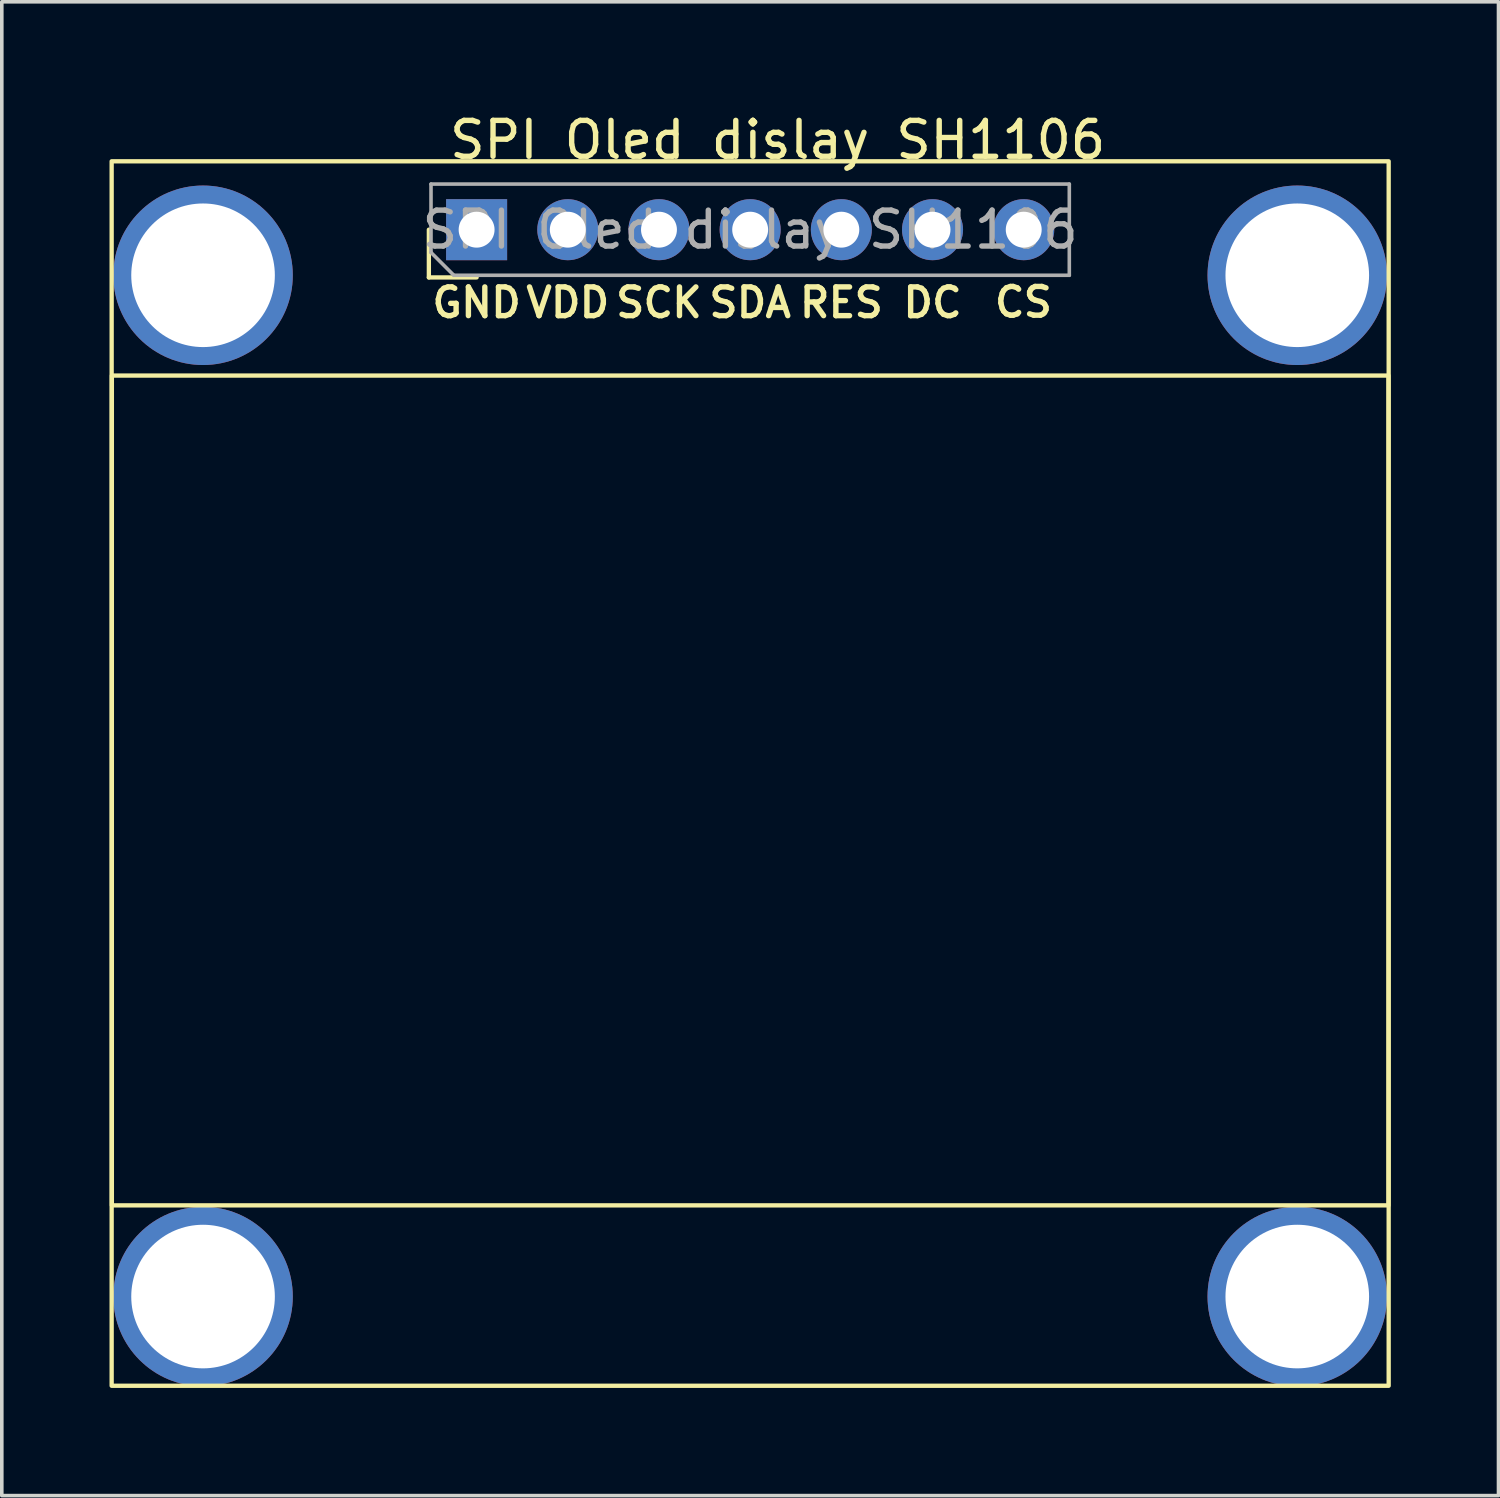
<source format=kicad_pcb>
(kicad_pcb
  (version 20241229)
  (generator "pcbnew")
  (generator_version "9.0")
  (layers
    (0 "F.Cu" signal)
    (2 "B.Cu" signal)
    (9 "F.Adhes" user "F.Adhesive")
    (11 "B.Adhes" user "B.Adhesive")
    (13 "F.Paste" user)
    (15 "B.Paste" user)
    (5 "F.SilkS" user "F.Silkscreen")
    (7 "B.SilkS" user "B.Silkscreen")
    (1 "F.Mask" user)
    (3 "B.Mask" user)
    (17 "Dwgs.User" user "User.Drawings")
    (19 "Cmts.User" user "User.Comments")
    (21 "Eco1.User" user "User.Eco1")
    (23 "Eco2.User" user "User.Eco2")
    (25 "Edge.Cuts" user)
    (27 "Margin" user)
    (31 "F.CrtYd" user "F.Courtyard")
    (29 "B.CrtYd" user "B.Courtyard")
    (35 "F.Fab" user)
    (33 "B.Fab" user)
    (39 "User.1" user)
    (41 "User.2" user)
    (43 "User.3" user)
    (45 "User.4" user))
  (footprint "SPI Oled dislay SH1106"
    (layer "F.Cu")
    (at 10.226 3.348)
    (property "Reference" "SPI Oled dislay SH1106" (at 8.386 -2.5 0) (unlocked yes) (layer "F.SilkS") (effects (font (size 1 1) (thickness 0.15))))
    (attr through_hole)
    (fp_line (start -1.33 1.33) (end -1.33 0) (stroke (width 0.12) (type solid)) (layer "F.SilkS"))
    (fp_line (start 0 1.33) (end -1.33 1.33) (stroke (width 0.12) (type solid)) (layer "F.SilkS"))
    (fp_rect (start -10.166 -1.905) (end 25.406 32.203) (stroke (width 0.12) (type solid)) (fill no) (layer "F.SilkS"))
    (fp_rect (start -10.16 4.064) (end 25.4 27.178) (stroke (width 0.12) (type solid)) (fill no) (layer "F.SilkS"))
    (fp_rect (start 0.286 0) (end 0.286 0) (stroke (width 0.12) (type solid)) (fill no) (layer "F.SilkS"))
    (fp_rect (start 0.286 0) (end 0.286 0) (stroke (width 0.05) (type solid)) (fill no) (layer "F.CrtYd"))
    (fp_line (start -1.27 -1.27) (end 16.51 -1.27) (stroke (width 0.1) (type solid)) (layer "F.Fab"))
    (fp_line (start -1.27 0.635) (end -1.27 -1.27) (stroke (width 0.1) (type solid)) (layer "F.Fab"))
    (fp_line (start -0.635 1.27) (end -1.27 0.635) (stroke (width 0.1) (type solid)) (layer "F.Fab"))
    (fp_line (start 16.51 -1.27) (end 16.51 1.27) (stroke (width 0.1) (type solid)) (layer "F.Fab"))
    (fp_line (start 16.51 1.27) (end -0.635 1.27) (stroke (width 0.1) (type solid)) (layer "F.Fab"))
    (fp_text user "SCK" (at 5.08 2.032 0) (unlocked yes) (layer "F.SilkS") (effects (font (size 0.8 0.8) (thickness 0.15))))
    (fp_text user "CS" (at 15.232 2.019 0) (unlocked yes) (layer "F.SilkS") (effects (font (size 0.8 0.8) (thickness 0.15))))
    (fp_text user "VDD" (at 2.54 2.032 0) (unlocked yes) (layer "F.SilkS") (effects (font (size 0.8 0.8) (thickness 0.15))))
    (fp_text user "GND" (at 0 2.032 0) (unlocked yes) (layer "F.SilkS") (effects (font (size 0.8 0.8) (thickness 0.15))))
    (fp_text user "RES" (at 10.16 2.032 0) (unlocked yes) (layer "F.SilkS") (effects (font (size 0.8 0.8) (thickness 0.15))))
    (fp_text user "SDA" (at 7.62 2.032 0) (unlocked yes) (layer "F.SilkS") (effects (font (size 0.8 0.8) (thickness 0.15))))
    (fp_text user "DC" (at 12.7 2.032 0) (unlocked yes) (layer "F.SilkS") (effects (font (size 0.8 0.8) (thickness 0.15))))
    (fp_text user "${REFERENCE}" (at 7.62 0 180) (layer "F.Fab") (effects (font (size 1 1) (thickness 0.15))))
    (pad "" thru_hole circle (at -7.62 1.27) (size 5 5) (drill 4) (layers "*.Cu" "*.Mask"))
    (pad "" thru_hole circle (at -7.62 29.718) (size 5 5) (drill 4) (layers "*.Cu" "*.Mask"))
    (pad "" thru_hole circle (at 22.86 1.27) (size 5 5) (drill 4) (layers "*.Cu" "*.Mask"))
    (pad "" thru_hole circle (at 22.86 29.718) (size 5 5) (drill 4) (layers "*.Cu" "*.Mask"))
    (pad "1" thru_hole rect (at 0 0 90) (size 1.7 1.7) (drill 1) (layers "*.Cu" "*.Mask"))
    (pad "2" thru_hole oval (at 2.54 0 90) (size 1.7 1.7) (drill 1) (layers "*.Cu" "*.Mask"))
    (pad "3" thru_hole oval (at 5.08 0 90) (size 1.7 1.7) (drill 1) (layers "*.Cu" "*.Mask"))
    (pad "4" thru_hole oval (at 7.62 0 90) (size 1.7 1.7) (drill 1) (layers "*.Cu" "*.Mask"))
    (pad "5" thru_hole oval (at 10.16 0 90) (size 1.7 1.7) (drill 1) (layers "*.Cu" "*.Mask"))
    (pad "6" thru_hole oval (at 12.7 0 90) (size 1.7 1.7) (drill 1) (layers "*.Cu" "*.Mask"))
    (pad "7" thru_hole oval (at 15.24 0 90) (size 1.7 1.7) (drill 1) (layers "*.Cu" "*.Mask")))
  (gr_rect
    (start -3 -3)
    (end 38.691 38.611)
    (stroke (width 0.1) (type default))
    (fill no)
    (layer "Edge.Cuts")))
</source>
